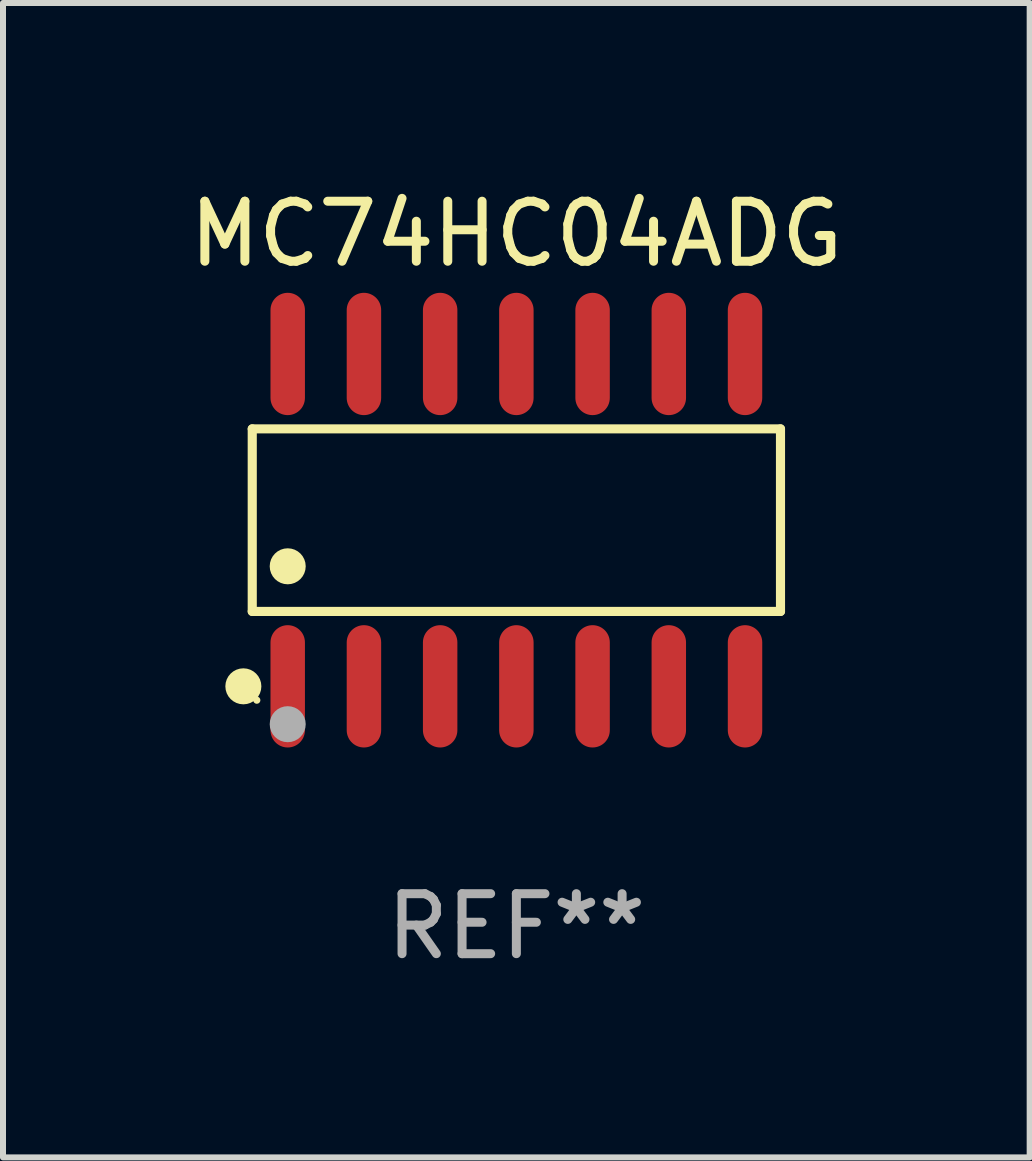
<source format=kicad_pcb>
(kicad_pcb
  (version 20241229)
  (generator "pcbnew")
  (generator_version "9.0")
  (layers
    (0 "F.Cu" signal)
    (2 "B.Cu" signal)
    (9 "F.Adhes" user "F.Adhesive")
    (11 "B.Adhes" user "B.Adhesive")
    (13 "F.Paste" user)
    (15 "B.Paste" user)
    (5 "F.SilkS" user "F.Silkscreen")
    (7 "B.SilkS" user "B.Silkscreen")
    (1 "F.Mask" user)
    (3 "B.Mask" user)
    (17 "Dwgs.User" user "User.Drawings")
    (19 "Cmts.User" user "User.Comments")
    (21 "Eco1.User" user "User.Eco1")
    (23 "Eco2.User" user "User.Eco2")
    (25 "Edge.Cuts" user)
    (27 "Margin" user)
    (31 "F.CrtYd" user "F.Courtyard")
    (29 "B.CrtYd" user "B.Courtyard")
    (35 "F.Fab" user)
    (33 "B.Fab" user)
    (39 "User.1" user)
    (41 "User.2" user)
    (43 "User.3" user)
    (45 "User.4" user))
  (footprint "MC74HC04ADG"
    (layer "F.Cu")
    (at 5.554 5.617)
    (property "Reference" "MC74HC04ADG" (at 0 -4.769 0) (layer "F.SilkS") (effects (font (size 1 1) (thickness 0.15))))
    (attr through_hole)
    (fp_line (start -4.401 -1.521) (end 4.401 -1.521) (stroke (width 0.152) (type solid)) (layer "F.SilkS"))
    (fp_line (start -4.401 1.521) (end -4.401 -1.521) (stroke (width 0.152) (type solid)) (layer "F.SilkS"))
    (fp_line (start 4.401 -1.521) (end 4.401 1.521) (stroke (width 0.152) (type solid)) (layer "F.SilkS"))
    (fp_line (start 4.401 1.521) (end -4.401 1.521) (stroke (width 0.152) (type solid)) (layer "F.SilkS"))
    (fp_circle (center -4.549 2.769) (end -4.399 2.769) (stroke (width 0.3) (type solid)) (fill no) (layer "F.SilkS"))
    (fp_circle (center -4.325 3) (end -4.295 3) (stroke (width 0.06) (type solid)) (fill no) (layer "F.SilkS"))
    (fp_circle (center -3.81 0.769) (end -3.66 0.769) (stroke (width 0.3) (type solid)) (fill no) (layer "F.SilkS"))
    (fp_circle (center -3.81 3.4) (end -3.66 3.4) (stroke (width 0.3) (type solid)) (fill no) (layer "F.Fab"))
    (fp_text user "REF**" (at 0 6.769 0) (layer "F.Fab") (effects (font (size 1 1) (thickness 0.15))))
    (pad "1" smd oval (at -3.81 2.769) (size 0.574 2.038) (layers "F.Cu" "F.Mask" "F.Paste"))
    (pad "2" smd oval (at -2.54 2.769) (size 0.574 2.038) (layers "F.Cu" "F.Mask" "F.Paste"))
    (pad "3" smd oval (at -1.27 2.769) (size 0.574 2.038) (layers "F.Cu" "F.Mask" "F.Paste"))
    (pad "4" smd oval (at 0 2.769) (size 0.574 2.038) (layers "F.Cu" "F.Mask" "F.Paste"))
    (pad "5" smd oval (at 1.27 2.769) (size 0.574 2.038) (layers "F.Cu" "F.Mask" "F.Paste"))
    (pad "6" smd oval (at 2.54 2.769) (size 0.574 2.038) (layers "F.Cu" "F.Mask" "F.Paste"))
    (pad "7" smd oval (at 3.81 2.769) (size 0.574 2.038) (layers "F.Cu" "F.Mask" "F.Paste"))
    (pad "8" smd oval (at 3.81 -2.769) (size 0.574 2.038) (layers "F.Cu" "F.Mask" "F.Paste"))
    (pad "9" smd oval (at 2.54 -2.769) (size 0.574 2.038) (layers "F.Cu" "F.Mask" "F.Paste"))
    (pad "10" smd oval (at 1.27 -2.769) (size 0.574 2.038) (layers "F.Cu" "F.Mask" "F.Paste"))
    (pad "11" smd oval (at 0 -2.769) (size 0.574 2.038) (layers "F.Cu" "F.Mask" "F.Paste"))
    (pad "12" smd oval (at -1.27 -2.769) (size 0.574 2.038) (layers "F.Cu" "F.Mask" "F.Paste"))
    (pad "13" smd oval (at -2.54 -2.769) (size 0.574 2.038) (layers "F.Cu" "F.Mask" "F.Paste"))
    (pad "14" smd oval (at -3.81 -2.769) (size 0.574 2.038) (layers "F.Cu" "F.Mask" "F.Paste")))
  (gr_rect
    (start -3 -3)
    (end 14.107 16.235)
    (stroke (width 0.1) (type default))
    (fill no)
    (layer "Edge.Cuts")))
</source>
